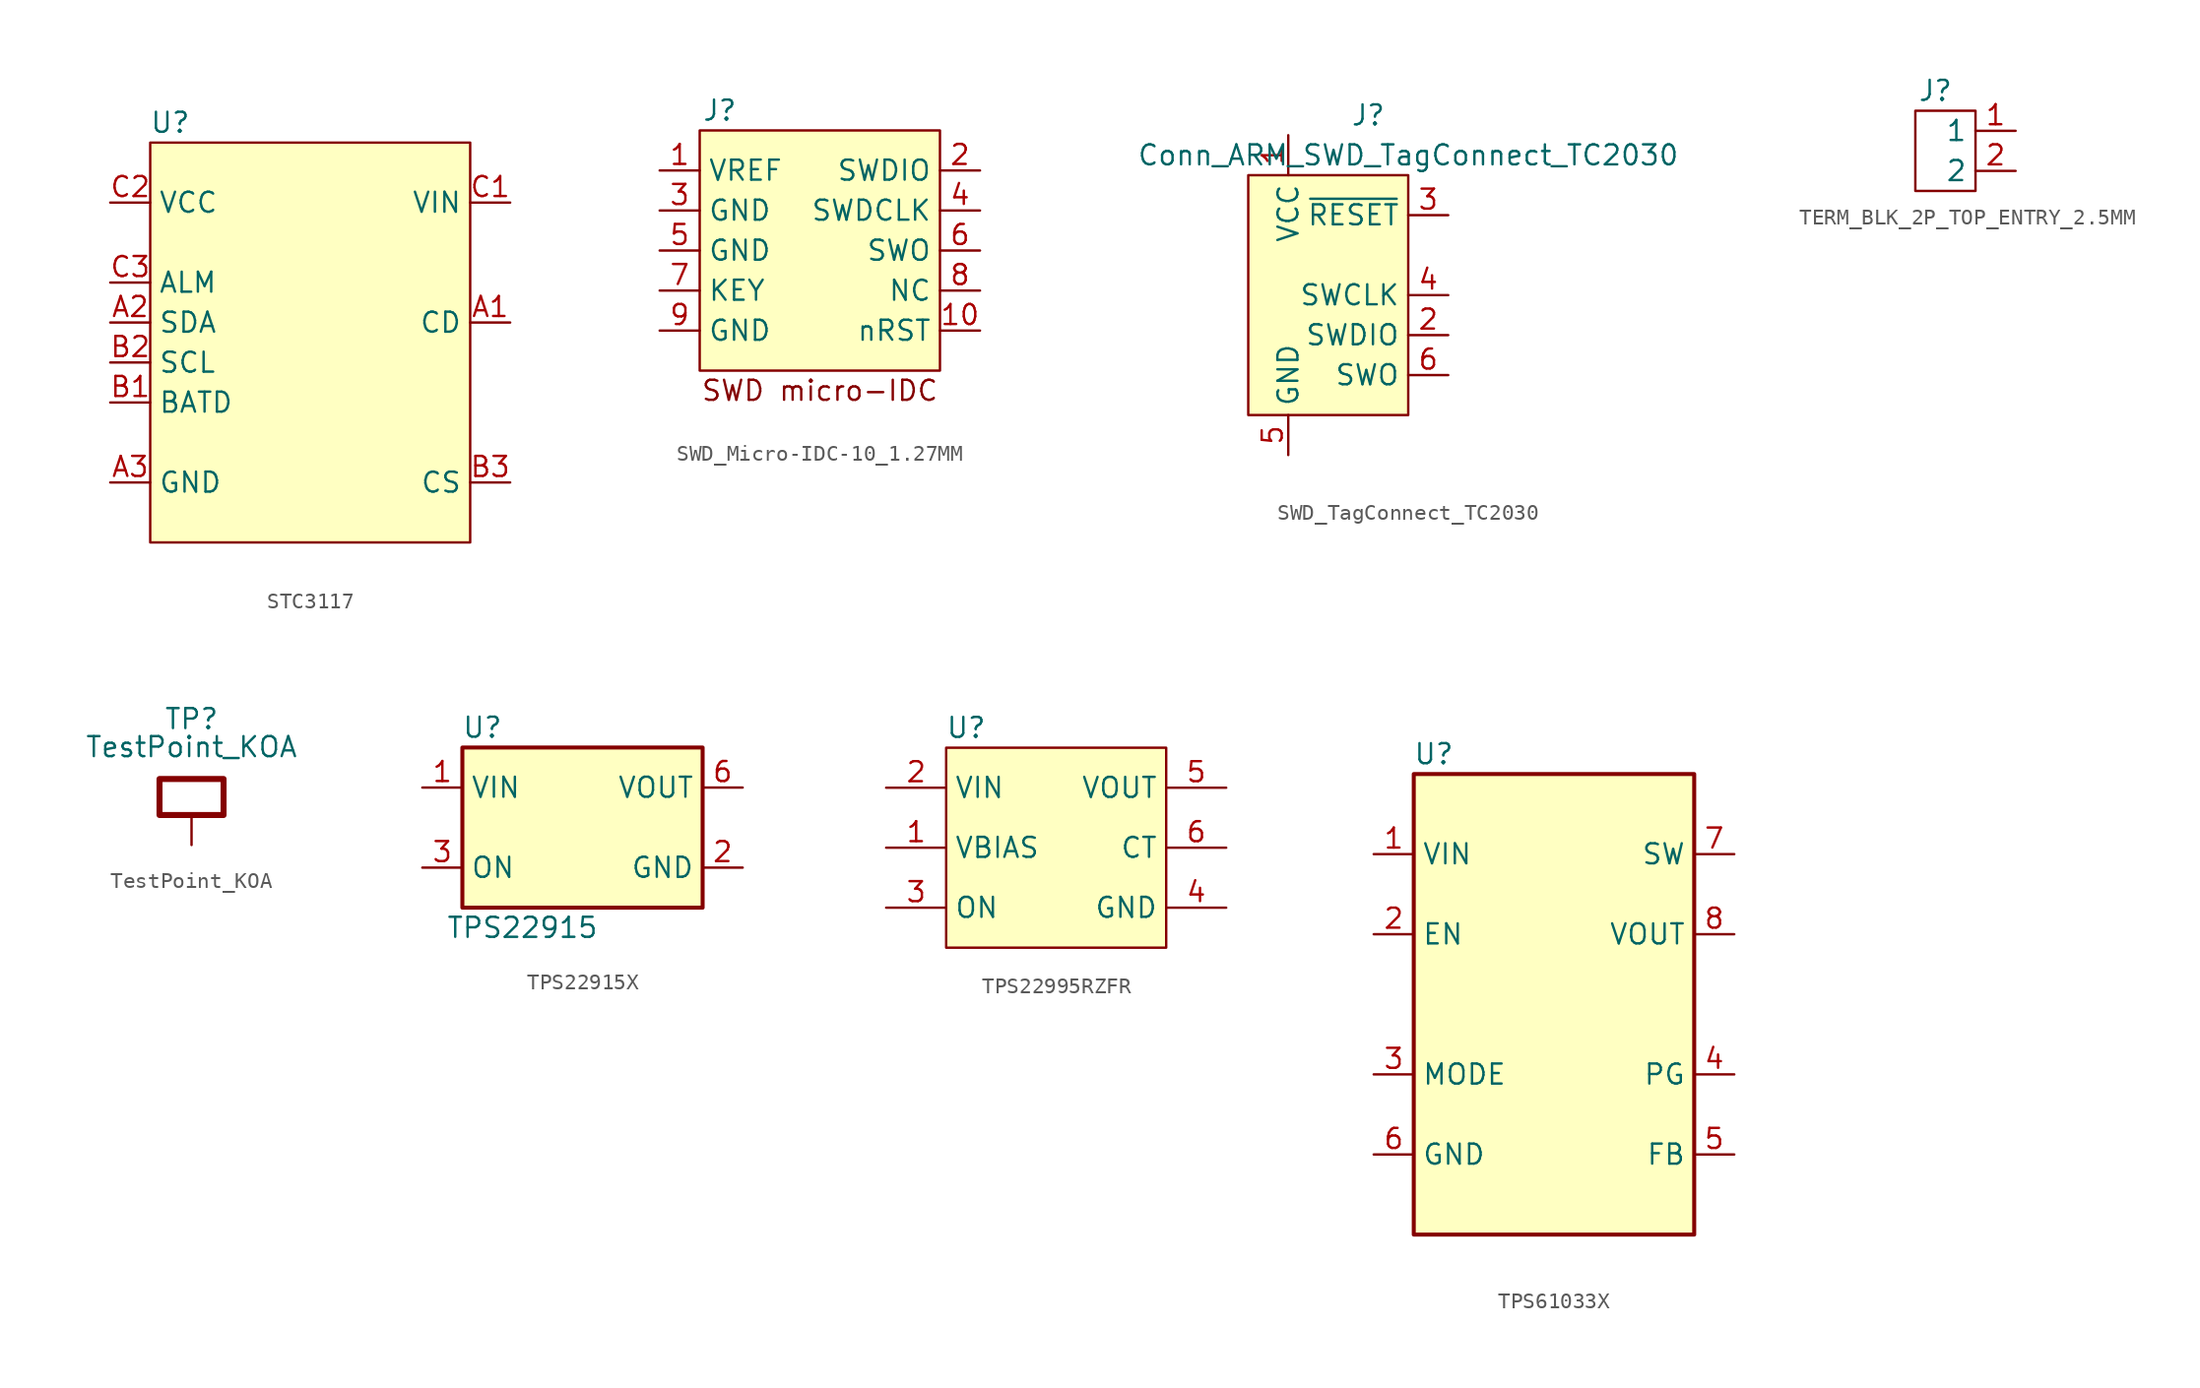
<source format=kicad_sym>
(kicad_symbol_lib
  (version 20241209)
  (generator "kicad_symbol_editor")
  (generator_version "9.0")
  (symbol "STC3117"
    (property "Reference" "U"
      (at 1.27 6.35 0)
      (effects (font (size 1.27 1.27))))
    (property "Value" ""
      (at 0 0 0)
      (effects (font (size 1.27 1.27))))
    (symbol "STC3117_1_1"
      (rectangle (start 0 5.08) (end 20.32 -20.32) (stroke (width 0) (type default)) (fill (type background)))
      (pin passive line (at -2.54 1.27 0) (length 2.54) (name "VCC" (effects (font (size 1.27 1.27)))) (number "C2" (effects (font (size 1.27 1.27)))))
      (pin passive line (at -2.54 -3.81 0) (length 2.54) (name "ALM" (effects (font (size 1.27 1.27)))) (number "C3" (effects (font (size 1.27 1.27)))))
      (pin passive line (at -2.54 -6.35 0) (length 2.54) (name "SDA" (effects (font (size 1.27 1.27)))) (number "A2" (effects (font (size 1.27 1.27)))))
      (pin passive line (at -2.54 -8.89 0) (length 2.54) (name "SCL" (effects (font (size 1.27 1.27)))) (number "B2" (effects (font (size 1.27 1.27)))))
      (pin passive line (at -2.54 -11.43 0) (length 2.54) (name "BATD" (effects (font (size 1.27 1.27)))) (number "B1" (effects (font (size 1.27 1.27)))))
      (pin passive line (at -2.54 -16.51 0) (length 2.54) (name "GND" (effects (font (size 1.27 1.27)))) (number "A3" (effects (font (size 1.27 1.27)))))
      (pin passive line (at 22.86 1.27 180) (length 2.54) (name "VIN" (effects (font (size 1.27 1.27)))) (number "C1" (effects (font (size 1.27 1.27)))))
      (pin passive line (at 22.86 -6.35 180) (length 2.54) (name "CD" (effects (font (size 1.27 1.27)))) (number "A1" (effects (font (size 1.27 1.27)))))
      (pin passive line (at 22.86 -16.51 180) (length 2.54) (name "CS" (effects (font (size 1.27 1.27)))) (number "B3" (effects (font (size 1.27 1.27)))))))
  (symbol "SWD_Micro-IDC-10_1.27MM"
    (property "Reference" "J"
      (at 1.27 1.27 0)
      (effects (font (size 1.27 1.27))))
    (property "Value" ""
      (at 0 0 0)
      (effects (font (size 1.27 1.27))))
    (symbol "SWD_Micro-IDC-10_1.27MM_1_1"
      (rectangle (start 0 0) (end 15.24 -15.24) (stroke (width 0) (type default)) (fill (type background)))
      (text "SWD micro-IDC" (at 7.62 -16.51 0) (effects (font (size 1.27 1.27))))
      (pin passive line (at -2.54 -2.54 0) (length 2.54) (name "VREF" (effects (font (size 1.27 1.27)))) (number "1" (effects (font (size 1.27 1.27)))))
      (pin passive line (at -2.54 -5.08 0) (length 2.54) (name "GND" (effects (font (size 1.27 1.27)))) (number "3" (effects (font (size 1.27 1.27)))))
      (pin passive line (at -2.54 -7.62 0) (length 2.54) (name "GND" (effects (font (size 1.27 1.27)))) (number "5" (effects (font (size 1.27 1.27)))))
      (pin passive line (at -2.54 -10.16 0) (length 2.54) (name "KEY" (effects (font (size 1.27 1.27)))) (number "7" (effects (font (size 1.27 1.27)))))
      (pin passive line (at -2.54 -12.7 0) (length 2.54) (name "GND" (effects (font (size 1.27 1.27)))) (number "9" (effects (font (size 1.27 1.27)))))
      (pin passive line (at 17.78 -2.54 180) (length 2.54) (name "SWDIO" (effects (font (size 1.27 1.27)))) (number "2" (effects (font (size 1.27 1.27)))))
      (pin passive line (at 17.78 -5.08 180) (length 2.54) (name "SWDCLK" (effects (font (size 1.27 1.27)))) (number "4" (effects (font (size 1.27 1.27)))))
      (pin passive line (at 17.78 -7.62 180) (length 2.54) (name "SWO" (effects (font (size 1.27 1.27)))) (number "6" (effects (font (size 1.27 1.27)))))
      (pin passive line (at 17.78 -10.16 180) (length 2.54) (name "NC" (effects (font (size 1.27 1.27)))) (number "8" (effects (font (size 1.27 1.27)))))
      (pin passive line (at 17.78 -12.7 180) (length 2.54) (name "nRST" (effects (font (size 1.27 1.27)))) (number "10" (effects (font (size 1.27 1.27)))))))
  (symbol "SWD_TagConnect_TC2030"
    (property "Reference" "J"
      (at 2.54 11.43 0)
      (effects (font (size 1.27 1.27))))
    (property "Value" "Conn_ARM_SWD_TagConnect_TC2030"
      (at 5.08 8.89 0)
      (effects (font (size 1.27 1.27))))
    (symbol "SWD_TagConnect_TC2030_0_0"
      (pin power_in line (at -2.54 10.16 270) (length 2.54) (name "VCC" (effects (font (size 1.27 1.27)))) (number "1" (effects (font (size 1.27 1.27)))))
      (pin power_in line (at -2.54 -10.16 90) (length 2.54) (name "GND" (effects (font (size 1.27 1.27)))) (number "5" (effects (font (size 1.27 1.27)))))
      (pin open_collector line (at 7.62 5.08 180) (length 2.54) (name "~{RESET}" (effects (font (size 1.27 1.27)))) (number "3" (effects (font (size 1.27 1.27)))))
      (pin output line (at 7.62 0 180) (length 2.54) (name "SWCLK" (effects (font (size 1.27 1.27)))) (number "4" (effects (font (size 1.27 1.27)))) (alternate "TCK" output line))
      (pin bidirectional line (at 7.62 -2.54 180) (length 2.54) (name "SWDIO" (effects (font (size 1.27 1.27)))) (number "2" (effects (font (size 1.27 1.27)))) (alternate "TMS" bidirectional line))
      (pin input line (at 7.62 -5.08 180) (length 2.54) (name "SWO" (effects (font (size 1.27 1.27)))) (number "6" (effects (font (size 1.27 1.27)))) (alternate "TDO" input line)))
    (symbol "SWD_TagConnect_TC2030_0_1"
      (rectangle (start -5.08 7.62) (end 5.08 -7.62) (stroke (width 0) (type default)) (fill (type background)))))
  (symbol "TERM_BLK_2P_TOP_ENTRY_2.5MM"
    (property "Reference" "J"
      (at 1.27 1.27 0)
      (effects (font (size 1.27 1.27))))
    (property "Value" ""
      (at 0 0 0)
      (effects (font (size 1.27 1.27))))
    (symbol "TERM_BLK_2P_TOP_ENTRY_2.5MM_0_1"
      (rectangle (start 0 0) (end 3.81 -5.08) (stroke (width 0) (type default)) (fill (type none))))
    (symbol "TERM_BLK_2P_TOP_ENTRY_2.5MM_1_1"
      (pin passive line (at 6.35 -1.27 180) (length 2.54) (name "1" (effects (font (size 1.27 1.27)))) (number "1" (effects (font (size 1.27 1.27)))))
      (pin passive line (at 6.35 -3.81 180) (length 2.54) (name "2" (effects (font (size 1.27 1.27)))) (number "2" (effects (font (size 1.27 1.27)))))))
  (symbol "TestPoint_KOA"
    (pin_numbers
      (hide yes))
    (pin_names
      (offset 0.762)
      (hide yes))
    (property "Reference" "TP"
      (at 0 8.636 0)
      (effects (font (size 1.27 1.27))))
    (property "Value" "TestPoint_KOA"
      (at 0 6.858 0)
      (effects (font (size 1.27 1.27))))
    (symbol "TestPoint_KOA_0_1"
      (rectangle (start -2.032 4.826) (end 2.032 2.54) (stroke (width 0.381) (type default)) (fill (type none))))
    (symbol "TestPoint_KOA_1_1"
      (pin passive line (at 0 0.635 90) (length 1.905) (name "1" (effects (font (size 1.27 1.27)))) (number "1" (effects (font (size 1.27 1.27)))))))
  (symbol "TPS22915X"
    (property "Reference" "U"
      (at -6.35 6.35 0)
      (effects (font (size 1.27 1.27))))
    (property "Value" "TPS22915"
      (at -3.81 -6.35 0)
      (effects (font (size 1.27 1.27))))
    (symbol "TPS22915X_0_1"
      (rectangle (start -7.62 5.08) (end 7.62 -5.08) (stroke (width 0.254) (type default)) (fill (type background))))
    (symbol "TPS22915X_1_1"
      (pin power_in line (at -10.16 2.54 0) (length 2.54) (name "VIN" (effects (font (size 1.27 1.27)))) (number "1" (effects (font (size 1.27 1.27)))))
      (pin input line (at -10.16 -2.54 0) (length 2.54) (name "ON" (effects (font (size 1.27 1.27)))) (number "3" (effects (font (size 1.27 1.27)))))
      (pin power_out line (at 10.16 2.54 180) (length 2.54) (name "VOUT" (effects (font (size 1.27 1.27)))) (number "6" (effects (font (size 1.27 1.27)))))
      (pin power_in line (at 10.16 -2.54 180) (length 2.54) (name "GND" (effects (font (size 1.27 1.27)))) (number "2" (effects (font (size 1.27 1.27)))))))
  (symbol "TPS22995RZFR"
    (property "Reference" "U"
      (at 1.27 1.27 0)
      (effects (font (size 1.27 1.27))))
    (property "Value" ""
      (at 0 0 0)
      (effects (font (size 1.27 1.27))))
    (symbol "TPS22995RZFR_1_1"
      (rectangle (start 0 0) (end 13.97 -12.7) (stroke (width 0) (type default)) (fill (type background)))
      (pin passive line (at -3.81 -2.54 0) (length 3.81) (name "VIN" (effects (font (size 1.27 1.27)))) (number "2" (effects (font (size 1.27 1.27)))))
      (pin passive line (at -3.81 -6.35 0) (length 3.81) (name "VBIAS" (effects (font (size 1.27 1.27)))) (number "1" (effects (font (size 1.27 1.27)))))
      (pin passive line (at -3.81 -10.16 0) (length 3.81) (name "ON" (effects (font (size 1.27 1.27)))) (number "3" (effects (font (size 1.27 1.27)))))
      (pin passive line (at 17.78 -2.54 180) (length 3.81) (name "VOUT" (effects (font (size 1.27 1.27)))) (number "5" (effects (font (size 1.27 1.27)))))
      (pin passive line (at 17.78 -6.35 180) (length 3.81) (name "CT" (effects (font (size 1.27 1.27)))) (number "6" (effects (font (size 1.27 1.27)))))
      (pin passive line (at 17.78 -10.16 180) (length 3.81) (name "GND" (effects (font (size 1.27 1.27)))) (number "4" (effects (font (size 1.27 1.27)))))))
  (symbol "TPS61033X"
    (property "Reference" "U"
      (at -7.62 15.24 0)
      (effects (font (size 1.27 1.27))))
    (property "Value" ""
      (at 2.54 6.35 0)
      (effects (font (size 1.27 1.27))))
    (symbol "TPS61033X_0_1"
      (rectangle (start -8.89 13.97) (end 8.89 -15.24) (stroke (width 0.254) (type default)) (fill (type background))))
    (symbol "TPS61033X_1_1"
      (pin passive line (at -11.43 8.89 0) (length 2.54) (name "VIN" (effects (font (size 1.27 1.27)))) (number "1" (effects (font (size 1.27 1.27)))))
      (pin passive line (at -11.43 3.81 0) (length 2.54) (name "EN" (effects (font (size 1.27 1.27)))) (number "2" (effects (font (size 1.27 1.27)))))
      (pin passive line (at -11.43 -5.08 0) (length 2.54) (name "MODE" (effects (font (size 1.27 1.27)))) (number "3" (effects (font (size 1.27 1.27)))))
      (pin passive line (at -11.43 -10.16 0) (length 2.54) (name "GND" (effects (font (size 1.27 1.27)))) (number "6" (effects (font (size 1.27 1.27)))))
      (pin passive line (at 11.43 8.89 180) (length 2.54) (name "SW" (effects (font (size 1.27 1.27)))) (number "7" (effects (font (size 1.27 1.27)))))
      (pin passive line (at 11.43 3.81 180) (length 2.54) (name "VOUT" (effects (font (size 1.27 1.27)))) (number "8" (effects (font (size 1.27 1.27)))))
      (pin passive line (at 11.43 -5.08 180) (length 2.54) (name "PG" (effects (font (size 1.27 1.27)))) (number "4" (effects (font (size 1.27 1.27)))))
      (pin passive line (at 11.43 -10.16 180) (length 2.54) (name "FB" (effects (font (size 1.27 1.27)))) (number "5" (effects (font (size 1.27 1.27))))))))
</source>
